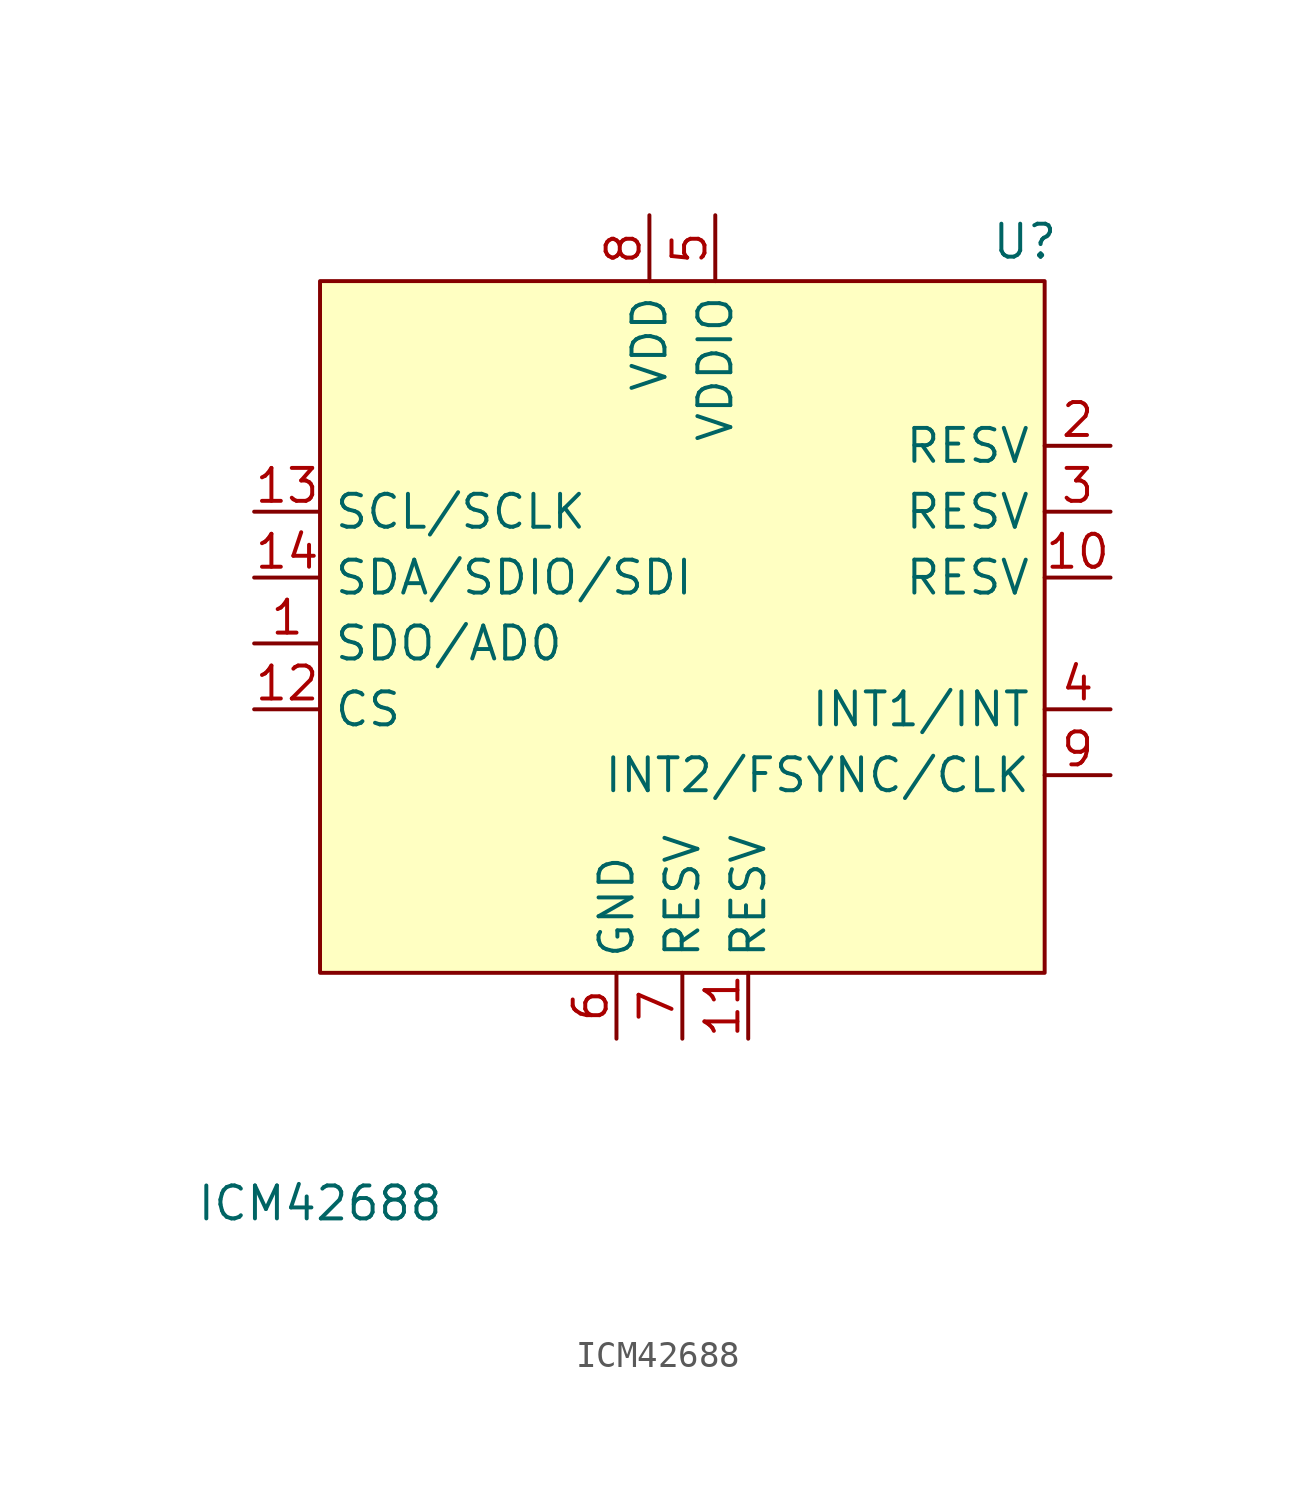
<source format=kicad_sym>
(kicad_symbol_lib
  (version 20231120)
  (generator "kicad_symbol_editor")
  (generator_version "8.0")
  (symbol "ICM42688"
    (property "Reference" "U"
      (at 27.178 28.194 0)
      (effects (font (size 1.27 1.27))))
    (property "Value" "ICM42688"
      (at 0 -8.89 0)
      (effects (font (size 1.27 1.27))))
    (symbol "ICM42688_1_1"
      (rectangle (start 0 26.67) (end 27.94 0) (stroke (width 0) (type default)) (fill (type background)))
      (pin passive line (at -2.54 12.7 0) (length 2.54) (name "SDO/AD0" (effects (font (size 1.27 1.27)))) (number "1" (effects (font (size 1.27 1.27)))))
      (pin passive line (at 30.48 15.24 180) (length 2.54) (name "RESV" (effects (font (size 1.27 1.27)))) (number "10" (effects (font (size 1.27 1.27)))))
      (pin passive line (at 16.51 -2.54 90) (length 2.54) (name "RESV" (effects (font (size 1.27 1.27)))) (number "11" (effects (font (size 1.27 1.27)))))
      (pin passive line (at -2.54 10.16 0) (length 2.54) (name "CS" (effects (font (size 1.27 1.27)))) (number "12" (effects (font (size 1.27 1.27)))))
      (pin passive line (at -2.54 17.78 0) (length 2.54) (name "SCL/SCLK" (effects (font (size 1.27 1.27)))) (number "13" (effects (font (size 1.27 1.27)))))
      (pin passive line (at -2.54 15.24 0) (length 2.54) (name "SDA/SDIO/SDI" (effects (font (size 1.27 1.27)))) (number "14" (effects (font (size 1.27 1.27)))))
      (pin passive line (at 30.48 20.32 180) (length 2.54) (name "RESV" (effects (font (size 1.27 1.27)))) (number "2" (effects (font (size 1.27 1.27)))))
      (pin passive line (at 30.48 17.78 180) (length 2.54) (name "RESV" (effects (font (size 1.27 1.27)))) (number "3" (effects (font (size 1.27 1.27)))))
      (pin passive line (at 30.48 10.16 180) (length 2.54) (name "INT1/INT" (effects (font (size 1.27 1.27)))) (number "4" (effects (font (size 1.27 1.27)))))
      (pin passive line (at 15.24 29.21 270) (length 2.54) (name "VDDIO" (effects (font (size 1.27 1.27)))) (number "5" (effects (font (size 1.27 1.27)))))
      (pin passive line (at 11.43 -2.54 90) (length 2.54) (name "GND" (effects (font (size 1.27 1.27)))) (number "6" (effects (font (size 1.27 1.27)))))
      (pin passive line (at 13.97 -2.54 90) (length 2.54) (name "RESV" (effects (font (size 1.27 1.27)))) (number "7" (effects (font (size 1.27 1.27)))))
      (pin passive line (at 12.7 29.21 270) (length 2.54) (name "VDD" (effects (font (size 1.27 1.27)))) (number "8" (effects (font (size 1.27 1.27)))))
      (pin passive line (at 30.48 7.62 180) (length 2.54) (name "INT2/FSYNC/CLK" (effects (font (size 1.27 1.27)))) (number "9" (effects (font (size 1.27 1.27))))))))
</source>
